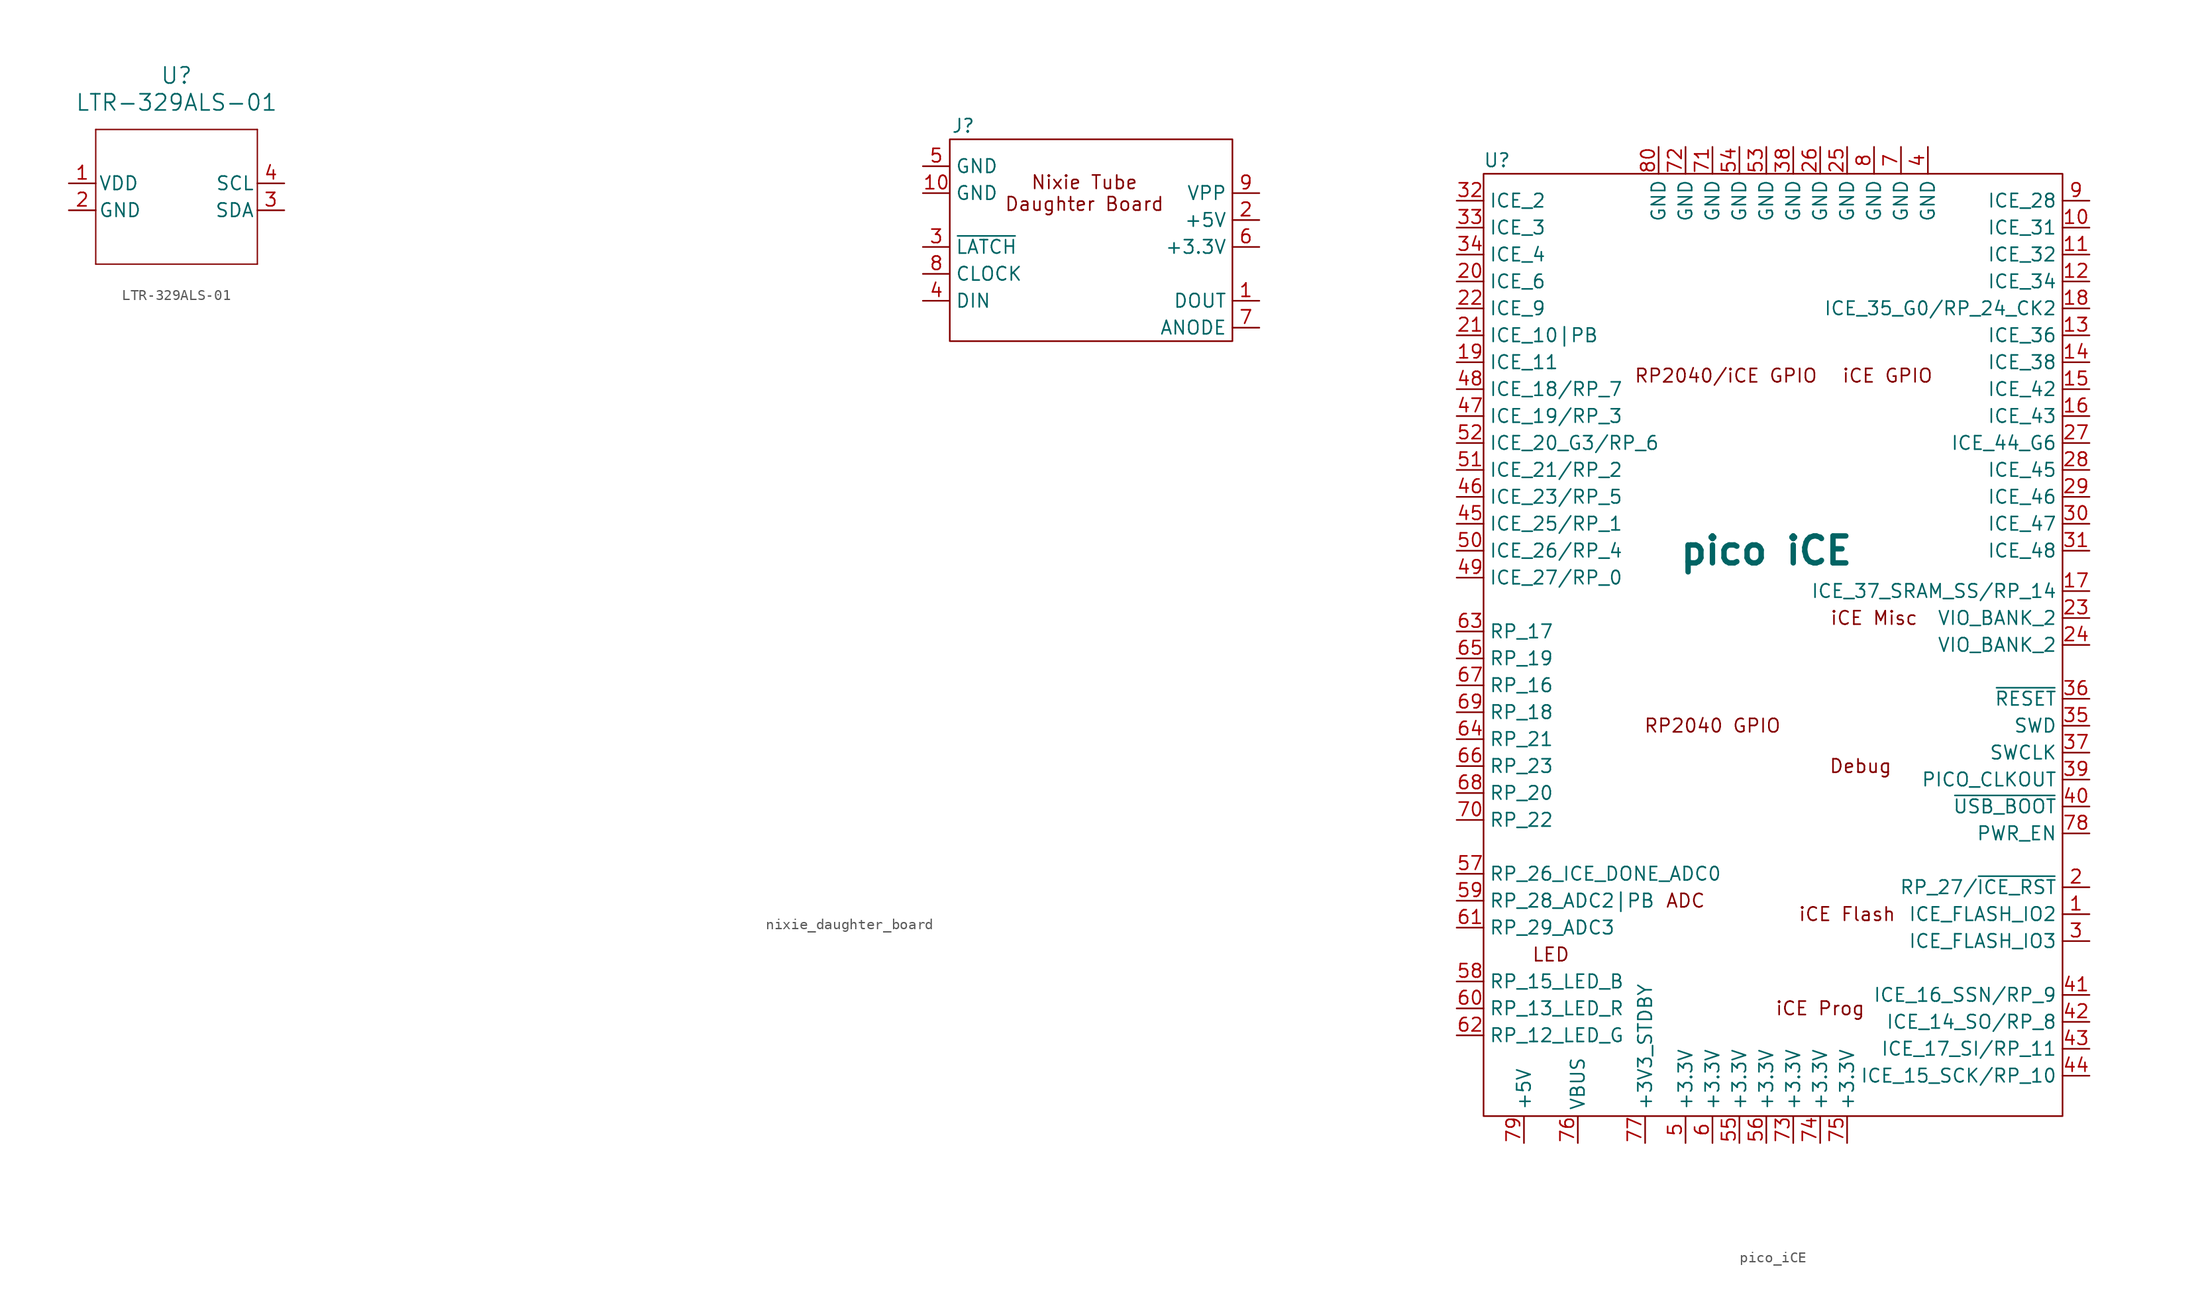
<source format=kicad_sym>
(kicad_symbol_lib
  (version 20220914)
  (generator kicad_symbol_editor)
  (symbol "LTR-329ALS-01"
    (pin_names
      (offset 0.254))
    (property "Reference" "U"
      (at 10.16 10.16 0)
      (effects (font (size 1.524 1.524))))
    (property "Value" "LTR-329ALS-01"
      (at 10.16 7.62 0)
      (effects (font (size 1.524 1.524))))
    (symbol "LTR-329ALS-01_0_1"
      (polyline (pts (xy 2.54 -7.62) (xy 17.78 -7.62)) (stroke (width 0.127) (type default)) (fill (type none)))
      (polyline (pts (xy 2.54 5.08) (xy 2.54 -7.62)) (stroke (width 0.127) (type default)) (fill (type none)))
      (polyline (pts (xy 17.78 -7.62) (xy 17.78 5.08)) (stroke (width 0.127) (type default)) (fill (type none)))
      (polyline (pts (xy 17.78 5.08) (xy 2.54 5.08)) (stroke (width 0.127) (type default)) (fill (type none))))
    (symbol "LTR-329ALS-01_1_1"
      (pin power_in line (at 0 0 0) (length 2.54) (name "VDD" (effects (font (size 1.27 1.27)))) (number "1" (effects (font (size 1.27 1.27)))))
      (pin power_in line (at 0 -2.54 0) (length 2.54) (name "GND" (effects (font (size 1.27 1.27)))) (number "2" (effects (font (size 1.27 1.27)))))
      (pin bidirectional line (at 20.32 -2.54 180) (length 2.54) (name "SDA" (effects (font (size 1.27 1.27)))) (number "3" (effects (font (size 1.27 1.27)))))
      (pin input line (at 20.32 0 180) (length 2.54) (name "SCL" (effects (font (size 1.27 1.27)))) (number "4" (effects (font (size 1.27 1.27)))))))
  (symbol "nixie_daughter_board"
    (property "Reference" "J"
      (at 1.27 20.32 0)
      (effects (font (size 1.27 1.27))))
    (property "Value" ""
      (at -48.26 -46.99 0)
      (effects (font (size 1.27 1.27))))
    (symbol "nixie_daughter_board_0_1"
      (rectangle (start 0 19.05) (end 26.67 0) (stroke (width 0) (type default)) (fill (type none))))
    (symbol "nixie_daughter_board_1_1"
      (text "Nixie Tube\nDaughter Board" (at 12.7 13.97 0) (effects (font (size 1.27 1.27))))
      (pin output line (at 29.21 3.81 180) (length 2.54) (name "DOUT" (effects (font (size 1.27 1.27)))) (number "1" (effects (font (size 1.27 1.27)))))
      (pin passive line (at -2.54 13.97 0) (length 2.54) (name "GND" (effects (font (size 1.27 1.27)))) (number "10" (effects (font (size 1.27 1.27)))))
      (pin power_in line (at 29.21 11.43 180) (length 2.54) (name "+5V" (effects (font (size 1.27 1.27)))) (number "2" (effects (font (size 1.27 1.27)))))
      (pin input line (at -2.54 8.89 0) (length 2.54) (name "~{LATCH}" (effects (font (size 1.27 1.27)))) (number "3" (effects (font (size 1.27 1.27)))))
      (pin input line (at -2.54 3.81 0) (length 2.54) (name "DIN" (effects (font (size 1.27 1.27)))) (number "4" (effects (font (size 1.27 1.27)))))
      (pin power_in line (at -2.54 16.51 0) (length 2.54) (name "GND" (effects (font (size 1.27 1.27)))) (number "5" (effects (font (size 1.27 1.27)))))
      (pin power_in line (at 29.21 8.89 180) (length 2.54) (name "+3.3V" (effects (font (size 1.27 1.27)))) (number "6" (effects (font (size 1.27 1.27)))))
      (pin output line (at 29.21 1.27 180) (length 2.54) (name "ANODE" (effects (font (size 1.27 1.27)))) (number "7" (effects (font (size 1.27 1.27)))))
      (pin input line (at -2.54 6.35 0) (length 2.54) (name "CLOCK" (effects (font (size 1.27 1.27)))) (number "8" (effects (font (size 1.27 1.27)))))
      (pin power_in line (at 29.21 13.97 180) (length 2.54) (name "VPP" (effects (font (size 1.27 1.27)))) (number "9" (effects (font (size 1.27 1.27)))))))
  (symbol "pico_iCE"
    (property "Reference" "U"
      (at 1.27 90.17 0)
      (effects (font (size 1.27 1.27))))
    (property "Value" "pico iCE"
      (at 26.67 53.34 0)
      (do_not_autoplace)
      (effects (font (size 2.54 2.54) bold)))
    (symbol "pico_iCE_0_1"
      (rectangle (start 0 88.9) (end 54.61 0) (stroke (width 0) (type default)) (fill (type none))))
    (symbol "pico_iCE_1_1"
      (text "ADC" (at 19.05 20.32 0) (effects (font (size 1.27 1.27))))
      (text "Debug" (at 35.56 33.02 0) (effects (font (size 1.27 1.27))))
      (text "iCE Flash" (at 34.29 19.05 0) (effects (font (size 1.27 1.27))))
      (text "iCE GPIO" (at 38.1 69.85 0) (effects (font (size 1.27 1.27))))
      (text "iCE Misc" (at 36.83 46.99 0) (effects (font (size 1.27 1.27))))
      (text "iCE Prog" (at 31.75 10.16 0) (effects (font (size 1.27 1.27))))
      (text "LED" (at 6.35 15.24 0) (effects (font (size 1.27 1.27))))
      (text "RP2040 GPIO" (at 21.59 36.83 0) (effects (font (size 1.27 1.27))))
      (text "RP2040/iCE GPIO" (at 22.86 69.85 0) (effects (font (size 1.27 1.27))))
      (pin bidirectional line (at 57.15 19.05 180) (length 2.54) (name "ICE_FLASH_IO2" (effects (font (size 1.27 1.27)))) (number "1" (effects (font (size 1.27 1.27)))))
      (pin bidirectional line (at 57.15 83.82 180) (length 2.54) (name "ICE_31" (effects (font (size 1.27 1.27)))) (number "10" (effects (font (size 1.27 1.27)))))
      (pin bidirectional line (at 57.15 81.28 180) (length 2.54) (name "ICE_32" (effects (font (size 1.27 1.27)))) (number "11" (effects (font (size 1.27 1.27)))))
      (pin bidirectional line (at 57.15 78.74 180) (length 2.54) (name "ICE_34" (effects (font (size 1.27 1.27)))) (number "12" (effects (font (size 1.27 1.27)))))
      (pin bidirectional line (at 57.15 73.66 180) (length 2.54) (name "ICE_36" (effects (font (size 1.27 1.27)))) (number "13" (effects (font (size 1.27 1.27)))))
      (pin bidirectional line (at 57.15 71.12 180) (length 2.54) (name "ICE_38" (effects (font (size 1.27 1.27)))) (number "14" (effects (font (size 1.27 1.27)))))
      (pin bidirectional line (at 57.15 68.58 180) (length 2.54) (name "ICE_42" (effects (font (size 1.27 1.27)))) (number "15" (effects (font (size 1.27 1.27)))))
      (pin bidirectional line (at 57.15 66.04 180) (length 2.54) (name "ICE_43" (effects (font (size 1.27 1.27)))) (number "16" (effects (font (size 1.27 1.27)))))
      (pin bidirectional line (at 57.15 49.53 180) (length 2.54) (name "ICE_37_SRAM_SS/RP_14" (effects (font (size 1.27 1.27)))) (number "17" (effects (font (size 1.27 1.27)))))
      (pin bidirectional line (at 57.15 76.2 180) (length 2.54) (name "ICE_35_G0/RP_24_CK2" (effects (font (size 1.27 1.27)))) (number "18" (effects (font (size 1.27 1.27)))))
      (pin bidirectional line (at -2.54 71.12 0) (length 2.54) (name "ICE_11" (effects (font (size 1.27 1.27)))) (number "19" (effects (font (size 1.27 1.27)))))
      (pin bidirectional line (at 57.15 21.59 180) (length 2.54) (name "RP_27/~{ICE_RST}" (effects (font (size 1.27 1.27)))) (number "2" (effects (font (size 1.27 1.27)))))
      (pin bidirectional line (at -2.54 78.74 0) (length 2.54) (name "ICE_6" (effects (font (size 1.27 1.27)))) (number "20" (effects (font (size 1.27 1.27)))))
      (pin bidirectional line (at -2.54 73.66 0) (length 2.54) (name "ICE_10|PB" (effects (font (size 1.27 1.27)))) (number "21" (effects (font (size 1.27 1.27)))))
      (pin bidirectional line (at -2.54 76.2 0) (length 2.54) (name "ICE_9" (effects (font (size 1.27 1.27)))) (number "22" (effects (font (size 1.27 1.27)))))
      (pin bidirectional line (at 57.15 46.99 180) (length 2.54) (name "VIO_BANK_2" (effects (font (size 1.27 1.27)))) (number "23" (effects (font (size 1.27 1.27)))))
      (pin bidirectional line (at 57.15 44.45 180) (length 2.54) (name "VIO_BANK_2" (effects (font (size 1.27 1.27)))) (number "24" (effects (font (size 1.27 1.27)))))
      (pin passive line (at 34.29 91.44 270) (length 2.54) (name "GND" (effects (font (size 1.27 1.27)))) (number "25" (effects (font (size 1.27 1.27)))))
      (pin passive line (at 31.75 91.44 270) (length 2.54) (name "GND" (effects (font (size 1.27 1.27)))) (number "26" (effects (font (size 1.27 1.27)))))
      (pin bidirectional line (at 57.15 63.5 180) (length 2.54) (name "ICE_44_G6" (effects (font (size 1.27 1.27)))) (number "27" (effects (font (size 1.27 1.27)))))
      (pin bidirectional line (at 57.15 60.96 180) (length 2.54) (name "ICE_45" (effects (font (size 1.27 1.27)))) (number "28" (effects (font (size 1.27 1.27)))))
      (pin bidirectional line (at 57.15 58.42 180) (length 2.54) (name "ICE_46" (effects (font (size 1.27 1.27)))) (number "29" (effects (font (size 1.27 1.27)))))
      (pin bidirectional line (at 57.15 16.51 180) (length 2.54) (name "ICE_FLASH_IO3" (effects (font (size 1.27 1.27)))) (number "3" (effects (font (size 1.27 1.27)))))
      (pin bidirectional line (at 57.15 55.88 180) (length 2.54) (name "ICE_47" (effects (font (size 1.27 1.27)))) (number "30" (effects (font (size 1.27 1.27)))))
      (pin bidirectional line (at 57.15 53.34 180) (length 2.54) (name "ICE_48" (effects (font (size 1.27 1.27)))) (number "31" (effects (font (size 1.27 1.27)))))
      (pin bidirectional line (at -2.54 86.36 0) (length 2.54) (name "ICE_2" (effects (font (size 1.27 1.27)))) (number "32" (effects (font (size 1.27 1.27)))))
      (pin bidirectional line (at -2.54 83.82 0) (length 2.54) (name "ICE_3" (effects (font (size 1.27 1.27)))) (number "33" (effects (font (size 1.27 1.27)))))
      (pin bidirectional line (at -2.54 81.28 0) (length 2.54) (name "ICE_4" (effects (font (size 1.27 1.27)))) (number "34" (effects (font (size 1.27 1.27)))))
      (pin bidirectional line (at 57.15 36.83 180) (length 2.54) (name "SWD" (effects (font (size 1.27 1.27)))) (number "35" (effects (font (size 1.27 1.27)))))
      (pin bidirectional line (at 57.15 39.37 180) (length 2.54) (name "~{RESET}" (effects (font (size 1.27 1.27)))) (number "36" (effects (font (size 1.27 1.27)))))
      (pin bidirectional line (at 57.15 34.29 180) (length 2.54) (name "SWCLK" (effects (font (size 1.27 1.27)))) (number "37" (effects (font (size 1.27 1.27)))))
      (pin passive line (at 29.21 91.44 270) (length 2.54) (name "GND" (effects (font (size 1.27 1.27)))) (number "38" (effects (font (size 1.27 1.27)))))
      (pin output line (at 57.15 31.75 180) (length 2.54) (name "PICO_CLKOUT" (effects (font (size 1.27 1.27)))) (number "39" (effects (font (size 1.27 1.27)))))
      (pin power_out line (at 41.91 91.44 270) (length 2.54) (name "GND" (effects (font (size 1.27 1.27)))) (number "4" (effects (font (size 1.27 1.27)))))
      (pin input line (at 57.15 29.21 180) (length 2.54) (name "~{USB_BOOT}" (effects (font (size 1.27 1.27)))) (number "40" (effects (font (size 1.27 1.27)))))
      (pin bidirectional line (at 57.15 11.43 180) (length 2.54) (name "ICE_16_SSN/RP_9" (effects (font (size 1.27 1.27)))) (number "41" (effects (font (size 1.27 1.27)))))
      (pin bidirectional line (at 57.15 8.89 180) (length 2.54) (name "ICE_14_SO/RP_8" (effects (font (size 1.27 1.27)))) (number "42" (effects (font (size 1.27 1.27)))))
      (pin bidirectional line (at 57.15 6.35 180) (length 2.54) (name "ICE_17_SI/RP_11" (effects (font (size 1.27 1.27)))) (number "43" (effects (font (size 1.27 1.27)))))
      (pin bidirectional line (at 57.15 3.81 180) (length 2.54) (name "ICE_15_SCK/RP_10" (effects (font (size 1.27 1.27)))) (number "44" (effects (font (size 1.27 1.27)))))
      (pin bidirectional line (at -2.54 55.88 0) (length 2.54) (name "ICE_25/RP_1" (effects (font (size 1.27 1.27)))) (number "45" (effects (font (size 1.27 1.27)))))
      (pin bidirectional line (at -2.54 58.42 0) (length 2.54) (name "ICE_23/RP_5" (effects (font (size 1.27 1.27)))) (number "46" (effects (font (size 1.27 1.27)))))
      (pin bidirectional line (at -2.54 66.04 0) (length 2.54) (name "ICE_19/RP_3" (effects (font (size 1.27 1.27)))) (number "47" (effects (font (size 1.27 1.27)))))
      (pin bidirectional line (at -2.54 68.58 0) (length 2.54) (name "ICE_18/RP_7" (effects (font (size 1.27 1.27)))) (number "48" (effects (font (size 1.27 1.27)))))
      (pin bidirectional line (at -2.54 50.8 0) (length 2.54) (name "ICE_27/RP_0" (effects (font (size 1.27 1.27)))) (number "49" (effects (font (size 1.27 1.27)))))
      (pin power_out line (at 19.05 -2.54 90) (length 2.54) (name "+3.3V" (effects (font (size 1.27 1.27)))) (number "5" (effects (font (size 1.27 1.27)))))
      (pin bidirectional line (at -2.54 53.34 0) (length 2.54) (name "ICE_26/RP_4" (effects (font (size 1.27 1.27)))) (number "50" (effects (font (size 1.27 1.27)))))
      (pin bidirectional line (at -2.54 60.96 0) (length 2.54) (name "ICE_21/RP_2" (effects (font (size 1.27 1.27)))) (number "51" (effects (font (size 1.27 1.27)))))
      (pin bidirectional line (at -2.54 63.5 0) (length 2.54) (name "ICE_20_G3/RP_6" (effects (font (size 1.27 1.27)))) (number "52" (effects (font (size 1.27 1.27)))))
      (pin passive line (at 26.67 91.44 270) (length 2.54) (name "GND" (effects (font (size 1.27 1.27)))) (number "53" (effects (font (size 1.27 1.27)))))
      (pin passive line (at 24.13 91.44 270) (length 2.54) (name "GND" (effects (font (size 1.27 1.27)))) (number "54" (effects (font (size 1.27 1.27)))))
      (pin passive line (at 24.13 -2.54 90) (length 2.54) (name "+3.3V" (effects (font (size 1.27 1.27)))) (number "55" (effects (font (size 1.27 1.27)))))
      (pin passive line (at 26.67 -2.54 90) (length 2.54) (name "+3.3V" (effects (font (size 1.27 1.27)))) (number "56" (effects (font (size 1.27 1.27)))))
      (pin input line (at -2.54 22.86 0) (length 2.54) (name "RP_26_ICE_DONE_ADC0" (effects (font (size 1.27 1.27)))) (number "57" (effects (font (size 1.27 1.27)))))
      (pin output line (at -2.54 12.7 0) (length 2.54) (name "RP_15_LED_B" (effects (font (size 1.27 1.27)))) (number "58" (effects (font (size 1.27 1.27)))))
      (pin input line (at -2.54 20.32 0) (length 2.54) (name "RP_28_ADC2|PB" (effects (font (size 1.27 1.27)))) (number "59" (effects (font (size 1.27 1.27)))))
      (pin passive line (at 21.59 -2.54 90) (length 2.54) (name "+3.3V" (effects (font (size 1.27 1.27)))) (number "6" (effects (font (size 1.27 1.27)))))
      (pin output line (at -2.54 10.16 0) (length 2.54) (name "RP_13_LED_R" (effects (font (size 1.27 1.27)))) (number "60" (effects (font (size 1.27 1.27)))))
      (pin input line (at -2.54 17.78 0) (length 2.54) (name "RP_29_ADC3" (effects (font (size 1.27 1.27)))) (number "61" (effects (font (size 1.27 1.27)))))
      (pin output line (at -2.54 7.62 0) (length 2.54) (name "RP_12_LED_G" (effects (font (size 1.27 1.27)))) (number "62" (effects (font (size 1.27 1.27)))))
      (pin bidirectional line (at -2.54 45.72 0) (length 2.54) (name "RP_17" (effects (font (size 1.27 1.27)))) (number "63" (effects (font (size 1.27 1.27)))))
      (pin bidirectional line (at -2.54 35.56 0) (length 2.54) (name "RP_21" (effects (font (size 1.27 1.27)))) (number "64" (effects (font (size 1.27 1.27)))))
      (pin bidirectional line (at -2.54 43.18 0) (length 2.54) (name "RP_19" (effects (font (size 1.27 1.27)))) (number "65" (effects (font (size 1.27 1.27)))))
      (pin bidirectional line (at -2.54 33.02 0) (length 2.54) (name "RP_23" (effects (font (size 1.27 1.27)))) (number "66" (effects (font (size 1.27 1.27)))))
      (pin bidirectional line (at -2.54 40.64 0) (length 2.54) (name "RP_16" (effects (font (size 1.27 1.27)))) (number "67" (effects (font (size 1.27 1.27)))))
      (pin bidirectional line (at -2.54 30.48 0) (length 2.54) (name "RP_20" (effects (font (size 1.27 1.27)))) (number "68" (effects (font (size 1.27 1.27)))))
      (pin bidirectional line (at -2.54 38.1 0) (length 2.54) (name "RP_18" (effects (font (size 1.27 1.27)))) (number "69" (effects (font (size 1.27 1.27)))))
      (pin passive line (at 39.37 91.44 270) (length 2.54) (name "GND" (effects (font (size 1.27 1.27)))) (number "7" (effects (font (size 1.27 1.27)))))
      (pin bidirectional line (at -2.54 27.94 0) (length 2.54) (name "RP_22" (effects (font (size 1.27 1.27)))) (number "70" (effects (font (size 1.27 1.27)))))
      (pin passive line (at 21.59 91.44 270) (length 2.54) (name "GND" (effects (font (size 1.27 1.27)))) (number "71" (effects (font (size 1.27 1.27)))))
      (pin passive line (at 19.05 91.44 270) (length 2.54) (name "GND" (effects (font (size 1.27 1.27)))) (number "72" (effects (font (size 1.27 1.27)))))
      (pin passive line (at 29.21 -2.54 90) (length 2.54) (name "+3.3V" (effects (font (size 1.27 1.27)))) (number "73" (effects (font (size 1.27 1.27)))))
      (pin passive line (at 31.75 -2.54 90) (length 2.54) (name "+3.3V" (effects (font (size 1.27 1.27)))) (number "74" (effects (font (size 1.27 1.27)))))
      (pin passive line (at 34.29 -2.54 90) (length 2.54) (name "+3.3V" (effects (font (size 1.27 1.27)))) (number "75" (effects (font (size 1.27 1.27)))))
      (pin power_out line (at 8.89 -2.54 90) (length 2.54) (name "VBUS" (effects (font (size 1.27 1.27)))) (number "76" (effects (font (size 1.27 1.27)))))
      (pin power_in line (at 15.24 -2.54 90) (length 2.54) (name "+3V3_STDBY" (effects (font (size 1.27 1.27)))) (number "77" (effects (font (size 1.27 1.27)))))
      (pin bidirectional line (at 57.15 26.67 180) (length 2.54) (name "PWR_EN" (effects (font (size 1.27 1.27)))) (number "78" (effects (font (size 1.27 1.27)))))
      (pin power_out line (at 3.81 -2.54 90) (length 2.54) (name "+5V" (effects (font (size 1.27 1.27)))) (number "79" (effects (font (size 1.27 1.27)))))
      (pin passive line (at 36.83 91.44 270) (length 2.54) (name "GND" (effects (font (size 1.27 1.27)))) (number "8" (effects (font (size 1.27 1.27)))))
      (pin passive line (at 16.51 91.44 270) (length 2.54) (name "GND" (effects (font (size 1.27 1.27)))) (number "80" (effects (font (size 1.27 1.27)))))
      (pin bidirectional line (at 57.15 86.36 180) (length 2.54) (name "ICE_28" (effects (font (size 1.27 1.27)))) (number "9" (effects (font (size 1.27 1.27))))))))
</source>
